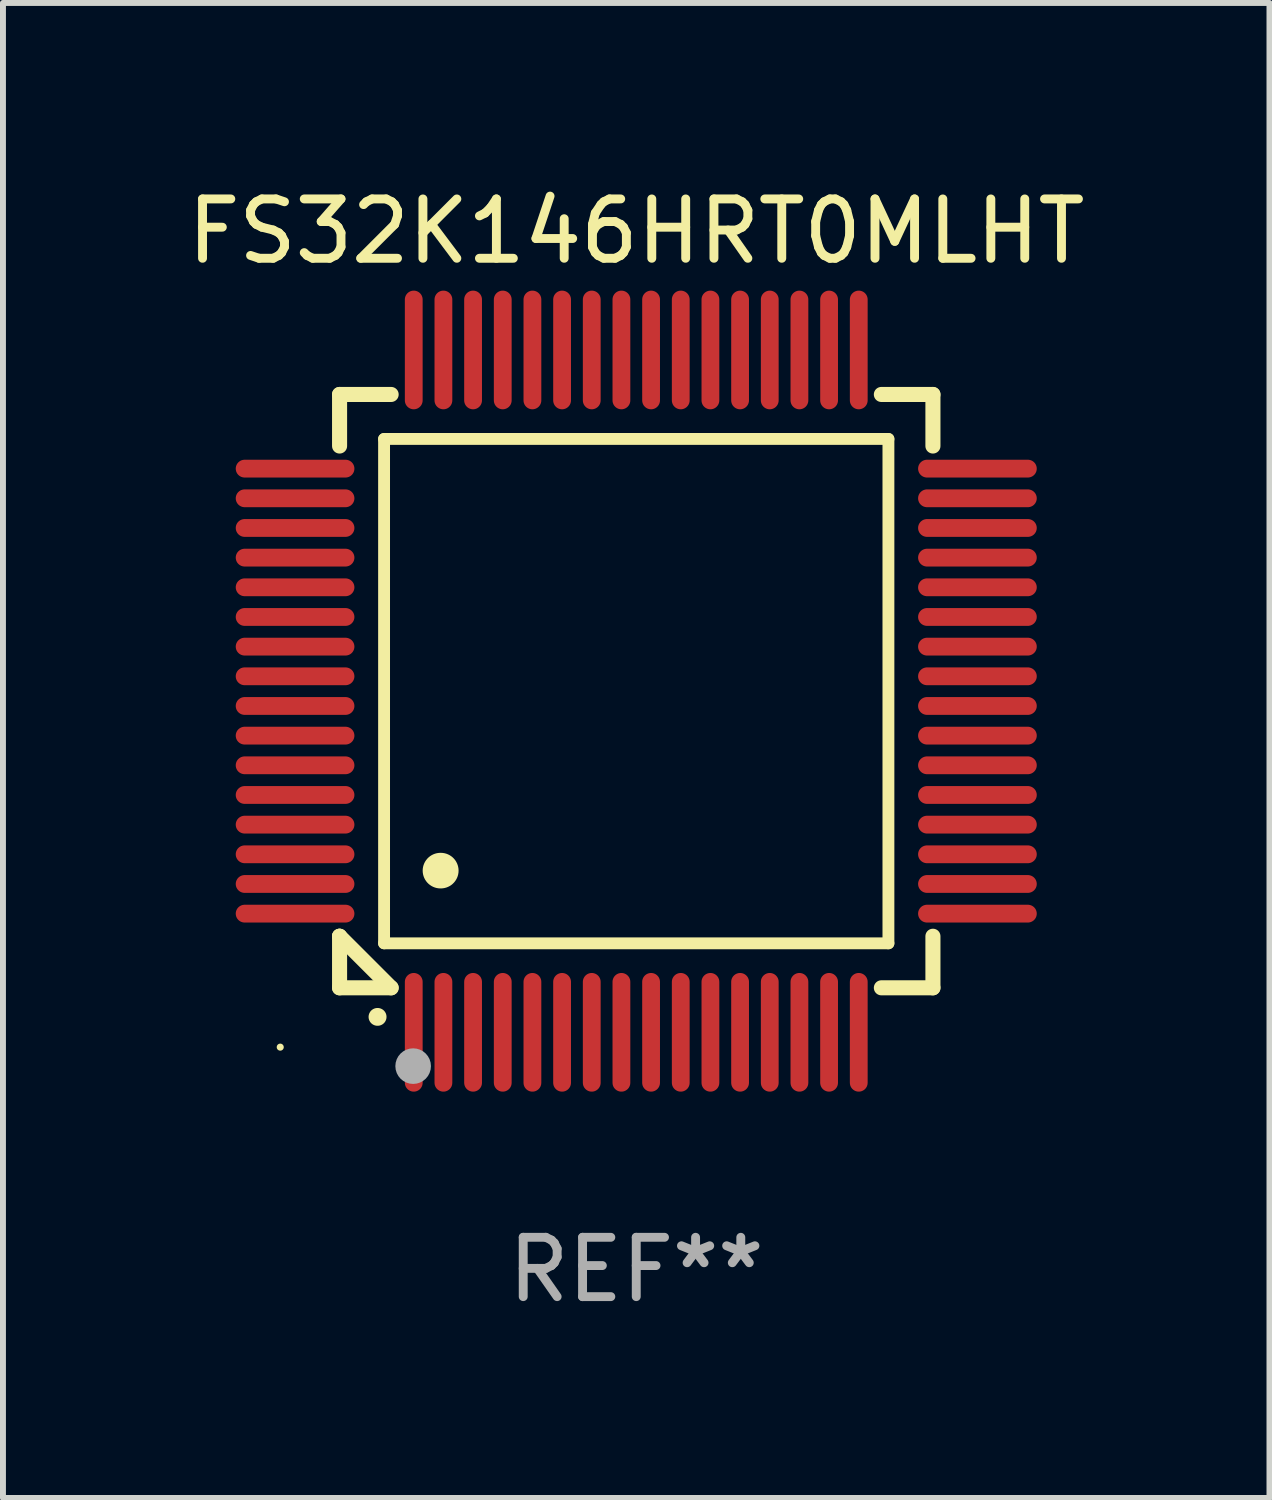
<source format=kicad_pcb>
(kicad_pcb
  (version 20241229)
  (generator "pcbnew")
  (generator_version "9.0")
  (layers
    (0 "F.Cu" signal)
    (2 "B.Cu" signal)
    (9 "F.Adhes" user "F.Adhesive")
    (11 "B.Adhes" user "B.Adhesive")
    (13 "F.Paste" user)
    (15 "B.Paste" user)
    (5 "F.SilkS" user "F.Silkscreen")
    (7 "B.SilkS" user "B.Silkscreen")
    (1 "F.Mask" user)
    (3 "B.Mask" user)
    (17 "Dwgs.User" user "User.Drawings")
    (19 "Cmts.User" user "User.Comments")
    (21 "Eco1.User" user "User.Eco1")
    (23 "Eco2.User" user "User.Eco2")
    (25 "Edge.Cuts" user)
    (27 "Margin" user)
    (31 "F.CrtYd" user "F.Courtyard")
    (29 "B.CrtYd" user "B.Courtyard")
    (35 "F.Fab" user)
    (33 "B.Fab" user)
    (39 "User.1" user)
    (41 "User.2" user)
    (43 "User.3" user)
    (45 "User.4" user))
  (footprint "FS32K146HRT0MLHT"
    (layer "F.Cu")
    (at 7.673 8.598)
    (property "Reference" "FS32K146HRT0MLHT" (at 0 -7.75 0) (layer "F.SilkS") (effects (font (size 1 1) (thickness 0.15))))
    (attr through_hole)
    (fp_line (start -5 -5) (end -4.131 -5) (stroke (width 0.254) (type solid)) (layer "F.SilkS"))
    (fp_line (start -5 -4.131) (end -5 -5) (stroke (width 0.254) (type solid)) (layer "F.SilkS"))
    (fp_line (start -5 4.131) (end -5 4.131) (stroke (width 0.254) (type solid)) (layer "F.SilkS"))
    (fp_line (start -5 5) (end -5 4.131) (stroke (width 0.254) (type solid)) (layer "F.SilkS"))
    (fp_line (start -5 4.131) (end -4.131 5) (stroke (width 0.254) (type solid)) (layer "F.SilkS"))
    (fp_line (start -4.25 -4.25) (end -4.25 4.25) (stroke (width 0.2) (type solid)) (layer "F.SilkS"))
    (fp_line (start -4.25 4.25) (end 4.25 4.25) (stroke (width 0.2) (type solid)) (layer "F.SilkS"))
    (fp_line (start -4.131 5) (end -5 5) (stroke (width 0.254) (type solid)) (layer "F.SilkS"))
    (fp_line (start 4.25 -4.25) (end -4.25 -4.25) (stroke (width 0.2) (type solid)) (layer "F.SilkS"))
    (fp_line (start 4.25 4.25) (end 4.25 -4.25) (stroke (width 0.2) (type solid)) (layer "F.SilkS"))
    (fp_line (start 5 -5) (end 4.131 -5) (stroke (width 0.254) (type solid)) (layer "F.SilkS"))
    (fp_line (start 5 -5) (end 5 -4.131) (stroke (width 0.254) (type solid)) (layer "F.SilkS"))
    (fp_line (start 5 4.131) (end 5 5) (stroke (width 0.254) (type solid)) (layer "F.SilkS"))
    (fp_line (start 5 5) (end 4.131 5) (stroke (width 0.254) (type solid)) (layer "F.SilkS"))
    (fp_arc (start -4.361265 5.489992) (mid -4.359995 5.489987) (end -4.358725 5.489992) (stroke (width 0.3) (type solid)) (layer "F.SilkS"))
    (fp_arc (start -3.299467 3.025146) (mid -3.296927 3.025135) (end -3.294387 3.025146) (stroke (width 0.6) (type solid)) (layer "F.SilkS"))
    (fp_circle (center -6 6) (end -5.97 6) (stroke (width 0.06) (type solid)) (fill no) (layer "F.SilkS"))
    (fp_circle (center -3.76 6.32) (end -3.61 6.32) (stroke (width 0.3) (type solid)) (fill no) (layer "F.Fab"))
    (fp_text user "REF**" (at 0 9.75 0) (layer "F.Fab") (effects (font (size 1 1) (thickness 0.15))))
    (pad "1" smd oval (at -3.75 5.75) (size 0.3 2) (layers "F.Cu" "F.Mask" "F.Paste"))
    (pad "2" smd oval (at -3.25 5.75) (size 0.3 2) (layers "F.Cu" "F.Mask" "F.Paste"))
    (pad "3" smd oval (at -2.75 5.75) (size 0.3 2) (layers "F.Cu" "F.Mask" "F.Paste"))
    (pad "4" smd oval (at -2.25 5.75) (size 0.3 2) (layers "F.Cu" "F.Mask" "F.Paste"))
    (pad "5" smd oval (at -1.75 5.75) (size 0.3 2) (layers "F.Cu" "F.Mask" "F.Paste"))
    (pad "6" smd oval (at -1.25 5.75) (size 0.3 2) (layers "F.Cu" "F.Mask" "F.Paste"))
    (pad "7" smd oval (at -0.75 5.75) (size 0.3 2) (layers "F.Cu" "F.Mask" "F.Paste"))
    (pad "8" smd oval (at -0.25 5.75) (size 0.3 2) (layers "F.Cu" "F.Mask" "F.Paste"))
    (pad "9" smd oval (at 0.25 5.75) (size 0.3 2) (layers "F.Cu" "F.Mask" "F.Paste"))
    (pad "10" smd oval (at 0.75 5.75) (size 0.3 2) (layers "F.Cu" "F.Mask" "F.Paste"))
    (pad "11" smd oval (at 1.25 5.75) (size 0.3 2) (layers "F.Cu" "F.Mask" "F.Paste"))
    (pad "12" smd oval (at 1.75 5.75) (size 0.3 2) (layers "F.Cu" "F.Mask" "F.Paste"))
    (pad "13" smd oval (at 2.25 5.75) (size 0.3 2) (layers "F.Cu" "F.Mask" "F.Paste"))
    (pad "14" smd oval (at 2.75 5.75) (size 0.3 2) (layers "F.Cu" "F.Mask" "F.Paste"))
    (pad "15" smd oval (at 3.25 5.75) (size 0.3 2) (layers "F.Cu" "F.Mask" "F.Paste"))
    (pad "16" smd oval (at 3.75 5.75) (size 0.3 2) (layers "F.Cu" "F.Mask" "F.Paste"))
    (pad "17" smd oval (at 5.75 3.75) (size 2 0.3) (layers "F.Cu" "F.Mask" "F.Paste"))
    (pad "18" smd oval (at 5.75 3.25) (size 2 0.3) (layers "F.Cu" "F.Mask" "F.Paste"))
    (pad "19" smd oval (at 5.75 2.75) (size 2 0.3) (layers "F.Cu" "F.Mask" "F.Paste"))
    (pad "20" smd oval (at 5.75 2.25) (size 2 0.3) (layers "F.Cu" "F.Mask" "F.Paste"))
    (pad "21" smd oval (at 5.75 1.75) (size 2 0.3) (layers "F.Cu" "F.Mask" "F.Paste"))
    (pad "22" smd oval (at 5.75 1.25) (size 2 0.3) (layers "F.Cu" "F.Mask" "F.Paste"))
    (pad "23" smd oval (at 5.75 0.75) (size 2 0.3) (layers "F.Cu" "F.Mask" "F.Paste"))
    (pad "24" smd oval (at 5.75 0.25) (size 2 0.3) (layers "F.Cu" "F.Mask" "F.Paste"))
    (pad "25" smd oval (at 5.75 -0.25) (size 2 0.3) (layers "F.Cu" "F.Mask" "F.Paste"))
    (pad "26" smd oval (at 5.75 -0.75) (size 2 0.3) (layers "F.Cu" "F.Mask" "F.Paste"))
    (pad "27" smd oval (at 5.75 -1.25) (size 2 0.3) (layers "F.Cu" "F.Mask" "F.Paste"))
    (pad "28" smd oval (at 5.75 -1.75) (size 2 0.3) (layers "F.Cu" "F.Mask" "F.Paste"))
    (pad "29" smd oval (at 5.75 -2.25) (size 2 0.3) (layers "F.Cu" "F.Mask" "F.Paste"))
    (pad "30" smd oval (at 5.75 -2.75) (size 2 0.3) (layers "F.Cu" "F.Mask" "F.Paste"))
    (pad "31" smd oval (at 5.75 -3.25) (size 2 0.3) (layers "F.Cu" "F.Mask" "F.Paste"))
    (pad "32" smd oval (at 5.75 -3.75) (size 2 0.3) (layers "F.Cu" "F.Mask" "F.Paste"))
    (pad "33" smd oval (at 3.75 -5.75) (size 0.3 2) (layers "F.Cu" "F.Mask" "F.Paste"))
    (pad "34" smd oval (at 3.25 -5.75) (size 0.3 2) (layers "F.Cu" "F.Mask" "F.Paste"))
    (pad "35" smd oval (at 2.75 -5.75) (size 0.3 2) (layers "F.Cu" "F.Mask" "F.Paste"))
    (pad "36" smd oval (at 2.25 -5.75) (size 0.3 2) (layers "F.Cu" "F.Mask" "F.Paste"))
    (pad "37" smd oval (at 1.75 -5.75) (size 0.3 2) (layers "F.Cu" "F.Mask" "F.Paste"))
    (pad "38" smd oval (at 1.25 -5.75) (size 0.3 2) (layers "F.Cu" "F.Mask" "F.Paste"))
    (pad "39" smd oval (at 0.75 -5.75) (size 0.3 2) (layers "F.Cu" "F.Mask" "F.Paste"))
    (pad "40" smd oval (at 0.25 -5.75) (size 0.3 2) (layers "F.Cu" "F.Mask" "F.Paste"))
    (pad "41" smd oval (at -0.25 -5.75) (size 0.3 2) (layers "F.Cu" "F.Mask" "F.Paste"))
    (pad "42" smd oval (at -0.75 -5.75) (size 0.3 2) (layers "F.Cu" "F.Mask" "F.Paste"))
    (pad "43" smd oval (at -1.25 -5.75) (size 0.3 2) (layers "F.Cu" "F.Mask" "F.Paste"))
    (pad "44" smd oval (at -1.75 -5.75) (size 0.3 2) (layers "F.Cu" "F.Mask" "F.Paste"))
    (pad "45" smd oval (at -2.25 -5.75) (size 0.3 2) (layers "F.Cu" "F.Mask" "F.Paste"))
    (pad "46" smd oval (at -2.75 -5.75) (size 0.3 2) (layers "F.Cu" "F.Mask" "F.Paste"))
    (pad "47" smd oval (at -3.25 -5.75) (size 0.3 2) (layers "F.Cu" "F.Mask" "F.Paste"))
    (pad "48" smd oval (at -3.75 -5.75) (size 0.3 2) (layers "F.Cu" "F.Mask" "F.Paste"))
    (pad "49" smd oval (at -5.75 -3.75) (size 2 0.3) (layers "F.Cu" "F.Mask" "F.Paste"))
    (pad "50" smd oval (at -5.75 -3.25) (size 2 0.3) (layers "F.Cu" "F.Mask" "F.Paste"))
    (pad "51" smd oval (at -5.75 -2.75) (size 2 0.3) (layers "F.Cu" "F.Mask" "F.Paste"))
    (pad "52" smd oval (at -5.75 -2.25) (size 2 0.3) (layers "F.Cu" "F.Mask" "F.Paste"))
    (pad "53" smd oval (at -5.75 -1.75) (size 2 0.3) (layers "F.Cu" "F.Mask" "F.Paste"))
    (pad "54" smd oval (at -5.75 -1.25) (size 2 0.3) (layers "F.Cu" "F.Mask" "F.Paste"))
    (pad "55" smd oval (at -5.75 -0.75) (size 2 0.3) (layers "F.Cu" "F.Mask" "F.Paste"))
    (pad "56" smd oval (at -5.75 -0.25) (size 2 0.3) (layers "F.Cu" "F.Mask" "F.Paste"))
    (pad "57" smd oval (at -5.75 0.25) (size 2 0.3) (layers "F.Cu" "F.Mask" "F.Paste"))
    (pad "58" smd oval (at -5.75 0.75) (size 2 0.3) (layers "F.Cu" "F.Mask" "F.Paste"))
    (pad "59" smd oval (at -5.75 1.25) (size 2 0.3) (layers "F.Cu" "F.Mask" "F.Paste"))
    (pad "60" smd oval (at -5.75 1.75) (size 2 0.3) (layers "F.Cu" "F.Mask" "F.Paste"))
    (pad "61" smd oval (at -5.75 2.25) (size 2 0.3) (layers "F.Cu" "F.Mask" "F.Paste"))
    (pad "62" smd oval (at -5.75 2.75) (size 2 0.3) (layers "F.Cu" "F.Mask" "F.Paste"))
    (pad "63" smd oval (at -5.75 3.25) (size 2 0.3) (layers "F.Cu" "F.Mask" "F.Paste"))
    (pad "64" smd oval (at -5.75 3.75) (size 2 0.3) (layers "F.Cu" "F.Mask" "F.Paste")))
  (gr_rect
    (start -3 -3)
    (end 18.345 22.196)
    (stroke (width 0.1) (type default))
    (fill no)
    (layer "Edge.Cuts")))
</source>
